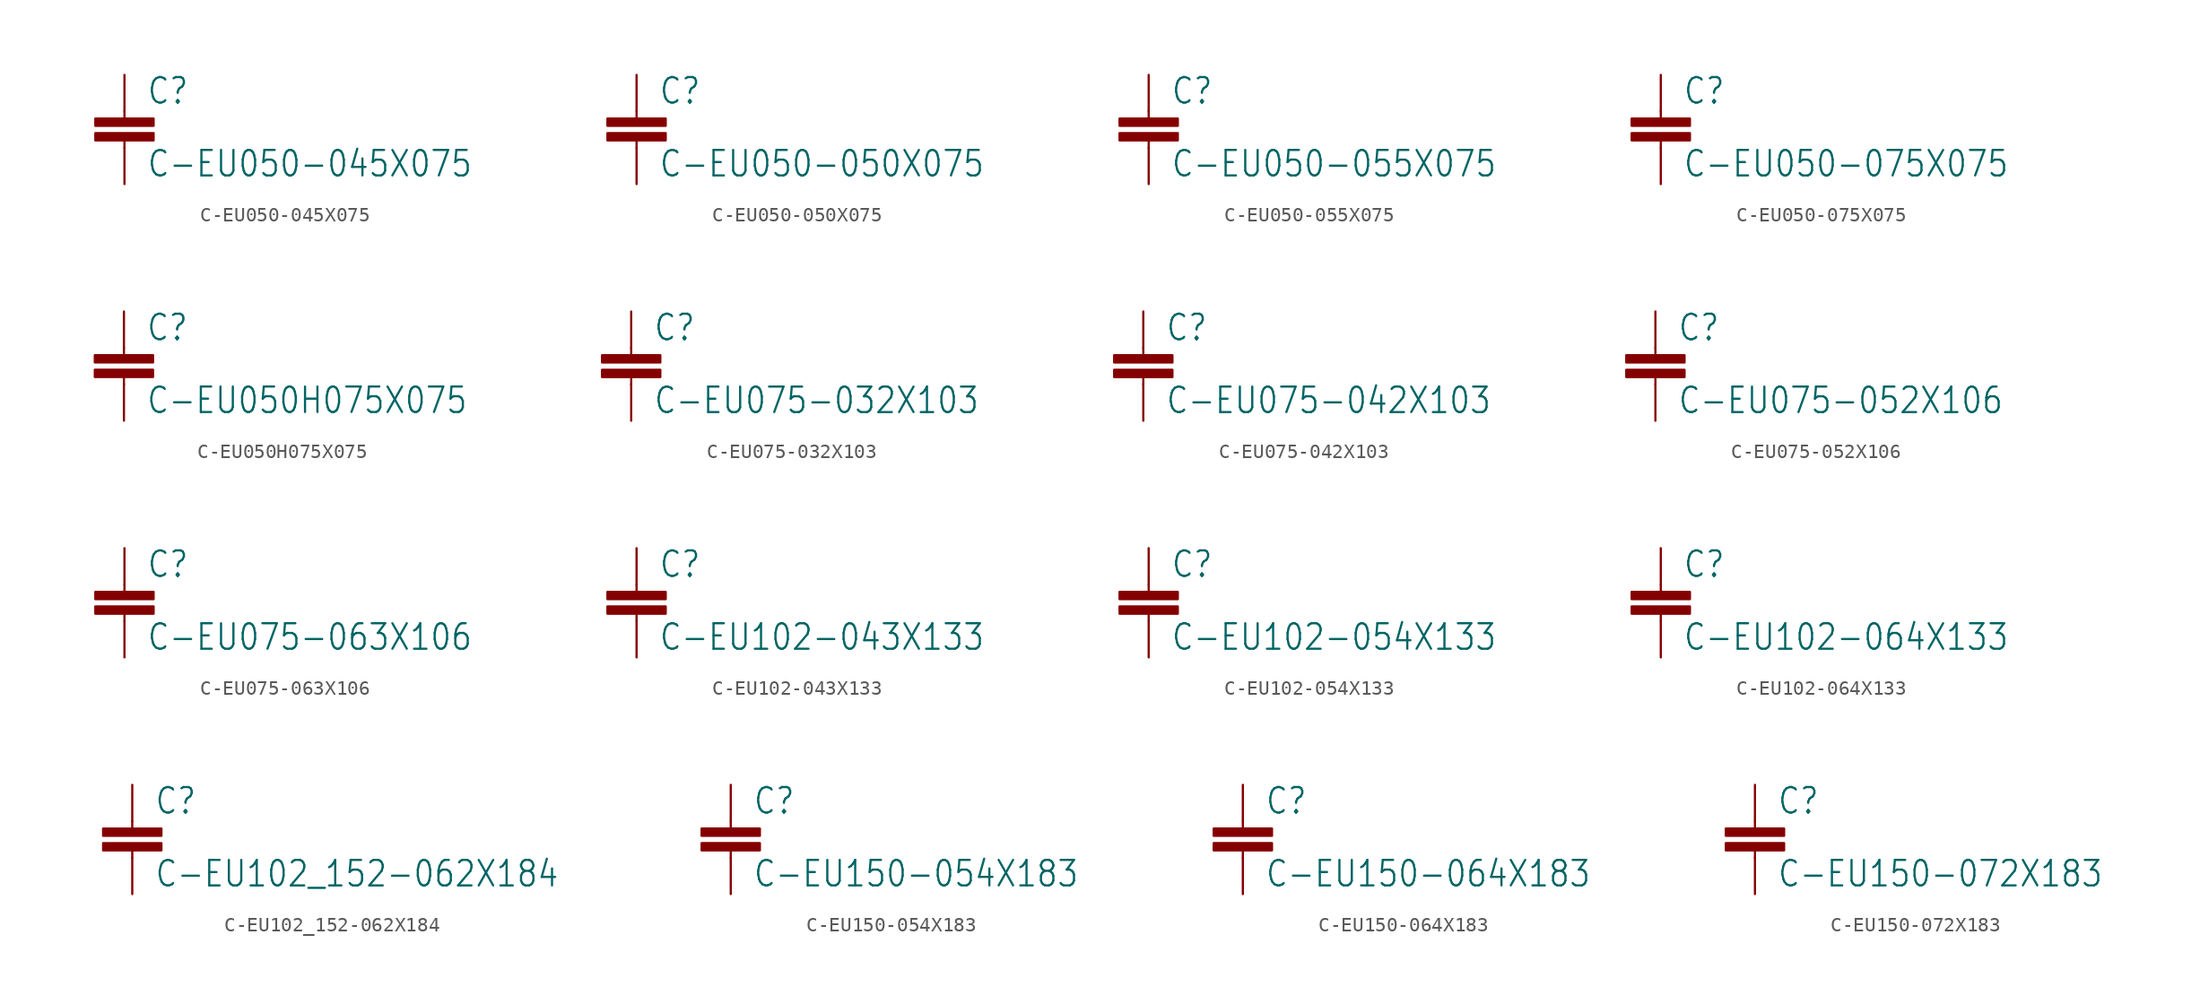
<source format=kicad_sym>
(kicad_symbol_lib
  (version 20200126)
  (host kicad_symbol_editor "5.99.0-unknown-aa7ce74~88~ubuntu18.04.1")
  (symbol "C-EU050-045X075"
    (property "Reference" "C"
      (at 1.524 0.381 0)
      (effects (font (size 1.778 1.511)) (justify left bottom)))
    (property "Value" "C-EU050-045X075"
      (at 1.524 -4.699 0)
      (effects (font (size 1.778 1.511)) (justify left bottom)))
    (property "ki_locked" ""
      (at 0 0 0)
      (effects (font (size 1.27 1.27))))
    (symbol "C-EU050-045X075_1_0"
      (rectangle (start -2.032 -2.032) (end 2.032 -1.524) (stroke (width 0)) (fill (type outline)))
      (rectangle (start -2.032 -1.016) (end 2.032 -0.508) (stroke (width 0)) (fill (type outline)))
      (polyline (pts (xy 0 0) (xy 0 -0.508)) (stroke (width 0.152)) (fill (type none)))
      (polyline (pts (xy 0 -2.54) (xy 0 -2.032)) (stroke (width 0.152)) (fill (type none)))
      (pin passive line (at 0 2.54 270) (length 2.54) (name "1" (effects (font (size 0 0)))) (number "1" (effects (font (size 0 0)))))
      (pin passive line (at 0 -5.08 90) (length 2.54) (name "2" (effects (font (size 0 0)))) (number "2" (effects (font (size 0 0)))))))
  (symbol "C-EU050-050X075"
    (property "Reference" "C"
      (at 1.524 0.381 0)
      (effects (font (size 1.778 1.511)) (justify left bottom)))
    (property "Value" "C-EU050-050X075"
      (at 1.524 -4.699 0)
      (effects (font (size 1.778 1.511)) (justify left bottom)))
    (property "ki_locked" ""
      (at 0 0 0)
      (effects (font (size 1.27 1.27))))
    (symbol "C-EU050-050X075_1_0"
      (rectangle (start -2.032 -2.032) (end 2.032 -1.524) (stroke (width 0)) (fill (type outline)))
      (rectangle (start -2.032 -1.016) (end 2.032 -0.508) (stroke (width 0)) (fill (type outline)))
      (polyline (pts (xy 0 0) (xy 0 -0.508)) (stroke (width 0.152)) (fill (type none)))
      (polyline (pts (xy 0 -2.54) (xy 0 -2.032)) (stroke (width 0.152)) (fill (type none)))
      (pin passive line (at 0 2.54 270) (length 2.54) (name "1" (effects (font (size 0 0)))) (number "1" (effects (font (size 0 0)))))
      (pin passive line (at 0 -5.08 90) (length 2.54) (name "2" (effects (font (size 0 0)))) (number "2" (effects (font (size 0 0)))))))
  (symbol "C-EU050-055X075"
    (property "Reference" "C"
      (at 1.524 0.381 0)
      (effects (font (size 1.778 1.511)) (justify left bottom)))
    (property "Value" "C-EU050-055X075"
      (at 1.524 -4.699 0)
      (effects (font (size 1.778 1.511)) (justify left bottom)))
    (property "ki_locked" ""
      (at 0 0 0)
      (effects (font (size 1.27 1.27))))
    (symbol "C-EU050-055X075_1_0"
      (rectangle (start -2.032 -2.032) (end 2.032 -1.524) (stroke (width 0)) (fill (type outline)))
      (rectangle (start -2.032 -1.016) (end 2.032 -0.508) (stroke (width 0)) (fill (type outline)))
      (polyline (pts (xy 0 0) (xy 0 -0.508)) (stroke (width 0.152)) (fill (type none)))
      (polyline (pts (xy 0 -2.54) (xy 0 -2.032)) (stroke (width 0.152)) (fill (type none)))
      (pin passive line (at 0 2.54 270) (length 2.54) (name "1" (effects (font (size 0 0)))) (number "1" (effects (font (size 0 0)))))
      (pin passive line (at 0 -5.08 90) (length 2.54) (name "2" (effects (font (size 0 0)))) (number "2" (effects (font (size 0 0)))))))
  (symbol "C-EU050-075X075"
    (property "Reference" "C"
      (at 1.524 0.381 0)
      (effects (font (size 1.778 1.511)) (justify left bottom)))
    (property "Value" "C-EU050-075X075"
      (at 1.524 -4.699 0)
      (effects (font (size 1.778 1.511)) (justify left bottom)))
    (property "ki_locked" ""
      (at 0 0 0)
      (effects (font (size 1.27 1.27))))
    (symbol "C-EU050-075X075_1_0"
      (rectangle (start -2.032 -2.032) (end 2.032 -1.524) (stroke (width 0)) (fill (type outline)))
      (rectangle (start -2.032 -1.016) (end 2.032 -0.508) (stroke (width 0)) (fill (type outline)))
      (polyline (pts (xy 0 0) (xy 0 -0.508)) (stroke (width 0.152)) (fill (type none)))
      (polyline (pts (xy 0 -2.54) (xy 0 -2.032)) (stroke (width 0.152)) (fill (type none)))
      (pin passive line (at 0 2.54 270) (length 2.54) (name "1" (effects (font (size 0 0)))) (number "1" (effects (font (size 0 0)))))
      (pin passive line (at 0 -5.08 90) (length 2.54) (name "2" (effects (font (size 0 0)))) (number "2" (effects (font (size 0 0)))))))
  (symbol "C-EU050H075X075"
    (property "Reference" "C"
      (at 1.524 0.381 0)
      (effects (font (size 1.778 1.511)) (justify left bottom)))
    (property "Value" "C-EU050H075X075"
      (at 1.524 -4.699 0)
      (effects (font (size 1.778 1.511)) (justify left bottom)))
    (property "ki_locked" ""
      (at 0 0 0)
      (effects (font (size 1.27 1.27))))
    (symbol "C-EU050H075X075_1_0"
      (rectangle (start -2.032 -2.032) (end 2.032 -1.524) (stroke (width 0)) (fill (type outline)))
      (rectangle (start -2.032 -1.016) (end 2.032 -0.508) (stroke (width 0)) (fill (type outline)))
      (polyline (pts (xy 0 0) (xy 0 -0.508)) (stroke (width 0.152)) (fill (type none)))
      (polyline (pts (xy 0 -2.54) (xy 0 -2.032)) (stroke (width 0.152)) (fill (type none)))
      (pin passive line (at 0 2.54 270) (length 2.54) (name "1" (effects (font (size 0 0)))) (number "1" (effects (font (size 0 0)))))
      (pin passive line (at 0 -5.08 90) (length 2.54) (name "2" (effects (font (size 0 0)))) (number "2" (effects (font (size 0 0)))))))
  (symbol "C-EU075-032X103"
    (property "Reference" "C"
      (at 1.524 0.381 0)
      (effects (font (size 1.778 1.511)) (justify left bottom)))
    (property "Value" "C-EU075-032X103"
      (at 1.524 -4.699 0)
      (effects (font (size 1.778 1.511)) (justify left bottom)))
    (property "ki_locked" ""
      (at 0 0 0)
      (effects (font (size 1.27 1.27))))
    (symbol "C-EU075-032X103_1_0"
      (rectangle (start -2.032 -2.032) (end 2.032 -1.524) (stroke (width 0)) (fill (type outline)))
      (rectangle (start -2.032 -1.016) (end 2.032 -0.508) (stroke (width 0)) (fill (type outline)))
      (polyline (pts (xy 0 0) (xy 0 -0.508)) (stroke (width 0.152)) (fill (type none)))
      (polyline (pts (xy 0 -2.54) (xy 0 -2.032)) (stroke (width 0.152)) (fill (type none)))
      (pin passive line (at 0 2.54 270) (length 2.54) (name "1" (effects (font (size 0 0)))) (number "1" (effects (font (size 0 0)))))
      (pin passive line (at 0 -5.08 90) (length 2.54) (name "2" (effects (font (size 0 0)))) (number "2" (effects (font (size 0 0)))))))
  (symbol "C-EU075-042X103"
    (property "Reference" "C"
      (at 1.524 0.381 0)
      (effects (font (size 1.778 1.511)) (justify left bottom)))
    (property "Value" "C-EU075-042X103"
      (at 1.524 -4.699 0)
      (effects (font (size 1.778 1.511)) (justify left bottom)))
    (property "ki_locked" ""
      (at 0 0 0)
      (effects (font (size 1.27 1.27))))
    (symbol "C-EU075-042X103_1_0"
      (rectangle (start -2.032 -2.032) (end 2.032 -1.524) (stroke (width 0)) (fill (type outline)))
      (rectangle (start -2.032 -1.016) (end 2.032 -0.508) (stroke (width 0)) (fill (type outline)))
      (polyline (pts (xy 0 0) (xy 0 -0.508)) (stroke (width 0.152)) (fill (type none)))
      (polyline (pts (xy 0 -2.54) (xy 0 -2.032)) (stroke (width 0.152)) (fill (type none)))
      (pin passive line (at 0 2.54 270) (length 2.54) (name "1" (effects (font (size 0 0)))) (number "1" (effects (font (size 0 0)))))
      (pin passive line (at 0 -5.08 90) (length 2.54) (name "2" (effects (font (size 0 0)))) (number "2" (effects (font (size 0 0)))))))
  (symbol "C-EU075-052X106"
    (property "Reference" "C"
      (at 1.524 0.381 0)
      (effects (font (size 1.778 1.511)) (justify left bottom)))
    (property "Value" "C-EU075-052X106"
      (at 1.524 -4.699 0)
      (effects (font (size 1.778 1.511)) (justify left bottom)))
    (property "ki_locked" ""
      (at 0 0 0)
      (effects (font (size 1.27 1.27))))
    (symbol "C-EU075-052X106_1_0"
      (rectangle (start -2.032 -2.032) (end 2.032 -1.524) (stroke (width 0)) (fill (type outline)))
      (rectangle (start -2.032 -1.016) (end 2.032 -0.508) (stroke (width 0)) (fill (type outline)))
      (polyline (pts (xy 0 0) (xy 0 -0.508)) (stroke (width 0.152)) (fill (type none)))
      (polyline (pts (xy 0 -2.54) (xy 0 -2.032)) (stroke (width 0.152)) (fill (type none)))
      (pin passive line (at 0 2.54 270) (length 2.54) (name "1" (effects (font (size 0 0)))) (number "1" (effects (font (size 0 0)))))
      (pin passive line (at 0 -5.08 90) (length 2.54) (name "2" (effects (font (size 0 0)))) (number "2" (effects (font (size 0 0)))))))
  (symbol "C-EU075-063X106"
    (property "Reference" "C"
      (at 1.524 0.381 0)
      (effects (font (size 1.778 1.511)) (justify left bottom)))
    (property "Value" "C-EU075-063X106"
      (at 1.524 -4.699 0)
      (effects (font (size 1.778 1.511)) (justify left bottom)))
    (property "ki_locked" ""
      (at 0 0 0)
      (effects (font (size 1.27 1.27))))
    (symbol "C-EU075-063X106_1_0"
      (rectangle (start -2.032 -2.032) (end 2.032 -1.524) (stroke (width 0)) (fill (type outline)))
      (rectangle (start -2.032 -1.016) (end 2.032 -0.508) (stroke (width 0)) (fill (type outline)))
      (polyline (pts (xy 0 0) (xy 0 -0.508)) (stroke (width 0.152)) (fill (type none)))
      (polyline (pts (xy 0 -2.54) (xy 0 -2.032)) (stroke (width 0.152)) (fill (type none)))
      (pin passive line (at 0 2.54 270) (length 2.54) (name "1" (effects (font (size 0 0)))) (number "1" (effects (font (size 0 0)))))
      (pin passive line (at 0 -5.08 90) (length 2.54) (name "2" (effects (font (size 0 0)))) (number "2" (effects (font (size 0 0)))))))
  (symbol "C-EU102-043X133"
    (property "Reference" "C"
      (at 1.524 0.381 0)
      (effects (font (size 1.778 1.511)) (justify left bottom)))
    (property "Value" "C-EU102-043X133"
      (at 1.524 -4.699 0)
      (effects (font (size 1.778 1.511)) (justify left bottom)))
    (property "ki_locked" ""
      (at 0 0 0)
      (effects (font (size 1.27 1.27))))
    (symbol "C-EU102-043X133_1_0"
      (rectangle (start -2.032 -2.032) (end 2.032 -1.524) (stroke (width 0)) (fill (type outline)))
      (rectangle (start -2.032 -1.016) (end 2.032 -0.508) (stroke (width 0)) (fill (type outline)))
      (polyline (pts (xy 0 0) (xy 0 -0.508)) (stroke (width 0.152)) (fill (type none)))
      (polyline (pts (xy 0 -2.54) (xy 0 -2.032)) (stroke (width 0.152)) (fill (type none)))
      (pin passive line (at 0 2.54 270) (length 2.54) (name "1" (effects (font (size 0 0)))) (number "1" (effects (font (size 0 0)))))
      (pin passive line (at 0 -5.08 90) (length 2.54) (name "2" (effects (font (size 0 0)))) (number "2" (effects (font (size 0 0)))))))
  (symbol "C-EU102-054X133"
    (property "Reference" "C"
      (at 1.524 0.381 0)
      (effects (font (size 1.778 1.511)) (justify left bottom)))
    (property "Value" "C-EU102-054X133"
      (at 1.524 -4.699 0)
      (effects (font (size 1.778 1.511)) (justify left bottom)))
    (property "ki_locked" ""
      (at 0 0 0)
      (effects (font (size 1.27 1.27))))
    (symbol "C-EU102-054X133_1_0"
      (rectangle (start -2.032 -2.032) (end 2.032 -1.524) (stroke (width 0)) (fill (type outline)))
      (rectangle (start -2.032 -1.016) (end 2.032 -0.508) (stroke (width 0)) (fill (type outline)))
      (polyline (pts (xy 0 0) (xy 0 -0.508)) (stroke (width 0.152)) (fill (type none)))
      (polyline (pts (xy 0 -2.54) (xy 0 -2.032)) (stroke (width 0.152)) (fill (type none)))
      (pin passive line (at 0 2.54 270) (length 2.54) (name "1" (effects (font (size 0 0)))) (number "1" (effects (font (size 0 0)))))
      (pin passive line (at 0 -5.08 90) (length 2.54) (name "2" (effects (font (size 0 0)))) (number "2" (effects (font (size 0 0)))))))
  (symbol "C-EU102-064X133"
    (property "Reference" "C"
      (at 1.524 0.381 0)
      (effects (font (size 1.778 1.511)) (justify left bottom)))
    (property "Value" "C-EU102-064X133"
      (at 1.524 -4.699 0)
      (effects (font (size 1.778 1.511)) (justify left bottom)))
    (property "ki_locked" ""
      (at 0 0 0)
      (effects (font (size 1.27 1.27))))
    (symbol "C-EU102-064X133_1_0"
      (rectangle (start -2.032 -2.032) (end 2.032 -1.524) (stroke (width 0)) (fill (type outline)))
      (rectangle (start -2.032 -1.016) (end 2.032 -0.508) (stroke (width 0)) (fill (type outline)))
      (polyline (pts (xy 0 0) (xy 0 -0.508)) (stroke (width 0.152)) (fill (type none)))
      (polyline (pts (xy 0 -2.54) (xy 0 -2.032)) (stroke (width 0.152)) (fill (type none)))
      (pin passive line (at 0 2.54 270) (length 2.54) (name "1" (effects (font (size 0 0)))) (number "1" (effects (font (size 0 0)))))
      (pin passive line (at 0 -5.08 90) (length 2.54) (name "2" (effects (font (size 0 0)))) (number "2" (effects (font (size 0 0)))))))
  (symbol "C-EU102_152-062X184"
    (property "Reference" "C"
      (at 1.524 0.381 0)
      (effects (font (size 1.778 1.511)) (justify left bottom)))
    (property "Value" "C-EU102_152-062X184"
      (at 1.524 -4.699 0)
      (effects (font (size 1.778 1.511)) (justify left bottom)))
    (property "ki_locked" ""
      (at 0 0 0)
      (effects (font (size 1.27 1.27))))
    (symbol "C-EU102_152-062X184_1_0"
      (rectangle (start -2.032 -2.032) (end 2.032 -1.524) (stroke (width 0)) (fill (type outline)))
      (rectangle (start -2.032 -1.016) (end 2.032 -0.508) (stroke (width 0)) (fill (type outline)))
      (polyline (pts (xy 0 0) (xy 0 -0.508)) (stroke (width 0.152)) (fill (type none)))
      (polyline (pts (xy 0 -2.54) (xy 0 -2.032)) (stroke (width 0.152)) (fill (type none)))
      (pin passive line (at 0 2.54 270) (length 2.54) (name "1" (effects (font (size 0 0)))) (number "1" (effects (font (size 0 0)))))
      (pin passive line (at 0 -5.08 90) (length 2.54) (name "2" (effects (font (size 0 0)))) (number "2" (effects (font (size 0 0)))))))
  (symbol "C-EU150-054X183"
    (property "Reference" "C"
      (at 1.524 0.381 0)
      (effects (font (size 1.778 1.511)) (justify left bottom)))
    (property "Value" "C-EU150-054X183"
      (at 1.524 -4.699 0)
      (effects (font (size 1.778 1.511)) (justify left bottom)))
    (property "ki_locked" ""
      (at 0 0 0)
      (effects (font (size 1.27 1.27))))
    (symbol "C-EU150-054X183_1_0"
      (rectangle (start -2.032 -2.032) (end 2.032 -1.524) (stroke (width 0)) (fill (type outline)))
      (rectangle (start -2.032 -1.016) (end 2.032 -0.508) (stroke (width 0)) (fill (type outline)))
      (polyline (pts (xy 0 0) (xy 0 -0.508)) (stroke (width 0.152)) (fill (type none)))
      (polyline (pts (xy 0 -2.54) (xy 0 -2.032)) (stroke (width 0.152)) (fill (type none)))
      (pin passive line (at 0 2.54 270) (length 2.54) (name "1" (effects (font (size 0 0)))) (number "1" (effects (font (size 0 0)))))
      (pin passive line (at 0 -5.08 90) (length 2.54) (name "2" (effects (font (size 0 0)))) (number "2" (effects (font (size 0 0)))))))
  (symbol "C-EU150-064X183"
    (property "Reference" "C"
      (at 1.524 0.381 0)
      (effects (font (size 1.778 1.511)) (justify left bottom)))
    (property "Value" "C-EU150-064X183"
      (at 1.524 -4.699 0)
      (effects (font (size 1.778 1.511)) (justify left bottom)))
    (property "ki_locked" ""
      (at 0 0 0)
      (effects (font (size 1.27 1.27))))
    (symbol "C-EU150-064X183_1_0"
      (rectangle (start -2.032 -2.032) (end 2.032 -1.524) (stroke (width 0)) (fill (type outline)))
      (rectangle (start -2.032 -1.016) (end 2.032 -0.508) (stroke (width 0)) (fill (type outline)))
      (polyline (pts (xy 0 0) (xy 0 -0.508)) (stroke (width 0.152)) (fill (type none)))
      (polyline (pts (xy 0 -2.54) (xy 0 -2.032)) (stroke (width 0.152)) (fill (type none)))
      (pin passive line (at 0 2.54 270) (length 2.54) (name "1" (effects (font (size 0 0)))) (number "1" (effects (font (size 0 0)))))
      (pin passive line (at 0 -5.08 90) (length 2.54) (name "2" (effects (font (size 0 0)))) (number "2" (effects (font (size 0 0)))))))
  (symbol "C-EU150-072X183"
    (property "Reference" "C"
      (at 1.524 0.381 0)
      (effects (font (size 1.778 1.511)) (justify left bottom)))
    (property "Value" "C-EU150-072X183"
      (at 1.524 -4.699 0)
      (effects (font (size 1.778 1.511)) (justify left bottom)))
    (property "ki_locked" ""
      (at 0 0 0)
      (effects (font (size 1.27 1.27))))
    (symbol "C-EU150-072X183_1_0"
      (rectangle (start -2.032 -2.032) (end 2.032 -1.524) (stroke (width 0)) (fill (type outline)))
      (rectangle (start -2.032 -1.016) (end 2.032 -0.508) (stroke (width 0)) (fill (type outline)))
      (polyline (pts (xy 0 0) (xy 0 -0.508)) (stroke (width 0.152)) (fill (type none)))
      (polyline (pts (xy 0 -2.54) (xy 0 -2.032)) (stroke (width 0.152)) (fill (type none)))
      (pin passive line (at 0 2.54 270) (length 2.54) (name "1" (effects (font (size 0 0)))) (number "1" (effects (font (size 0 0)))))
      (pin passive line (at 0 -5.08 90) (length 2.54) (name "2" (effects (font (size 0 0)))) (number "2" (effects (font (size 0 0))))))))
</source>
